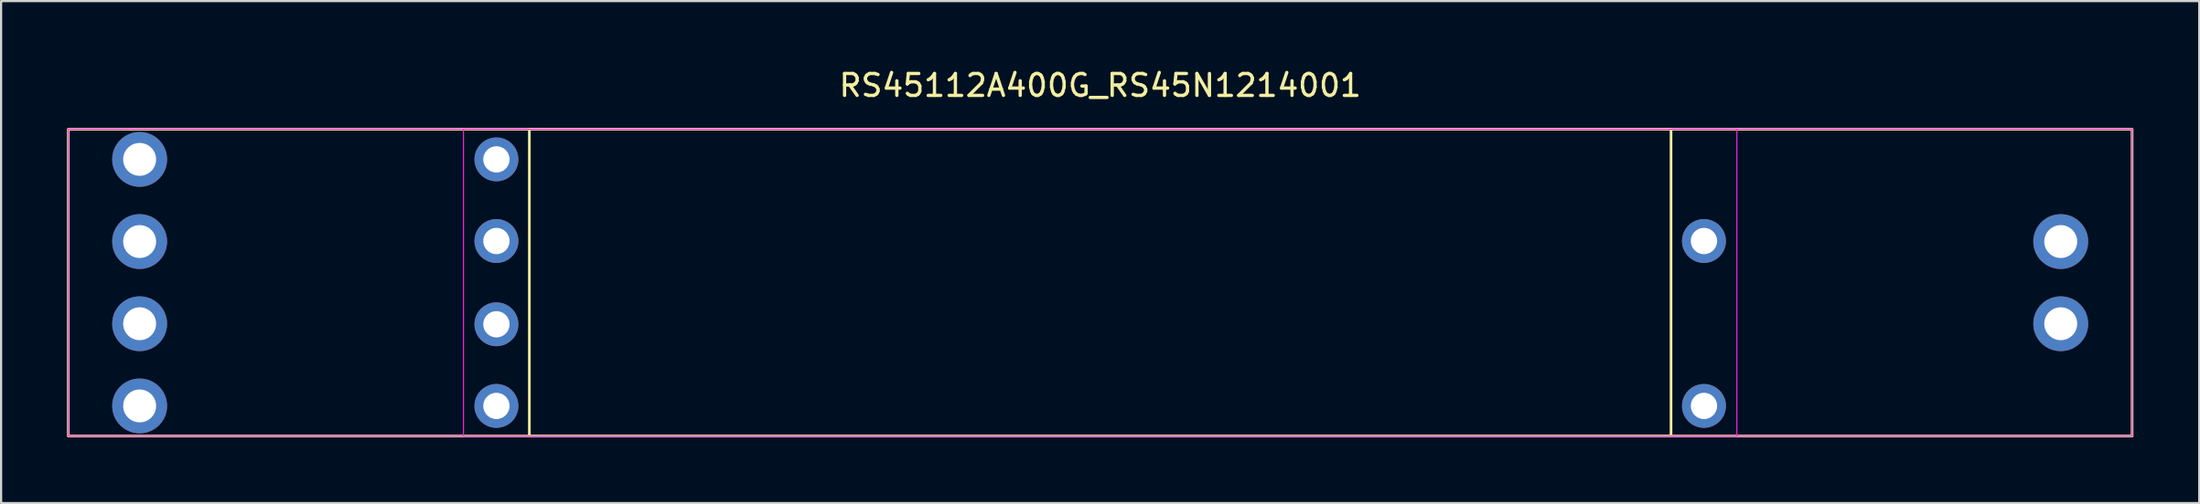
<source format=kicad_pcb>
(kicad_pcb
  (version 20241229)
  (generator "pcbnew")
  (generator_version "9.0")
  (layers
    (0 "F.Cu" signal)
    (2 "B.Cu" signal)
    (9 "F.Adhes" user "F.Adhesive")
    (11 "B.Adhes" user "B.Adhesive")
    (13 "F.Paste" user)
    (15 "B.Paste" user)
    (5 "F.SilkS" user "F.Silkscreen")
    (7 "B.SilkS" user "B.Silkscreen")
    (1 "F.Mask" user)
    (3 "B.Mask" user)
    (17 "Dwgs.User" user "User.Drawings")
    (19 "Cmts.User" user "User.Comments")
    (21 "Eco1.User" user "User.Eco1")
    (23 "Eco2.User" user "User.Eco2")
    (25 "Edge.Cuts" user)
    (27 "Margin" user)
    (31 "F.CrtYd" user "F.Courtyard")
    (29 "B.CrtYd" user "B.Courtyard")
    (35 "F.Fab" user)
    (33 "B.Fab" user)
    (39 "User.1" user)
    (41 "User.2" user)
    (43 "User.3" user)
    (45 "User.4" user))
  (footprint "RS45112A400G_RS45N1214001"
    (layer "F.Cu")
    (at 47.06 9.848)
    (property "Reference" "RS45112A400G_RS45N1214001" (at 0 -9 0) (layer "F.SilkS") (effects (font (size 1 1) (thickness 0.15))))
    (attr through_hole)
    (fp_rect (start -47 -7) (end 47 7) (stroke (width 0.12) (type solid)) (fill no) (layer "F.SilkS"))
    (fp_rect (start -26 -7) (end 26 7) (stroke (width 0.12) (type solid)) (fill no) (layer "F.SilkS"))
    (fp_rect (start -47 -7) (end 47 7) (stroke (width 0.05) (type solid)) (fill no) (layer "F.CrtYd"))
    (fp_rect (start -29 -7) (end 29 7) (stroke (width 0.05) (type solid)) (fill no) (layer "F.CrtYd"))
    (pad "1" thru_hole circle (at -43.75 -5.625) (size 2.5 2.5) (drill 1.5) (layers "*.Cu" "*.Mask"))
    (pad "1" thru_hole circle (at -27.5 -5.625) (size 2 2) (drill 1.2) (layers "*.Cu" "*.Mask"))
    (pad "2" thru_hole circle (at -43.75 -1.875) (size 2.5 2.5) (drill 1.5) (layers "*.Cu" "*.Mask"))
    (pad "2" thru_hole circle (at -27.5 -1.9) (size 2 2) (drill 1.2) (layers "*.Cu" "*.Mask"))
    (pad "3" thru_hole circle (at 27.5 -1.9) (size 2 2) (drill 1.2) (layers "*.Cu" "*.Mask"))
    (pad "3" thru_hole circle (at 43.75 -1.875) (size 2.5 2.5) (drill 1.5) (layers "*.Cu" "*.Mask"))
    (pad "4" thru_hole circle (at -43.75 1.875) (size 2.5 2.5) (drill 1.5) (layers "*.Cu" "*.Mask"))
    (pad "4" thru_hole circle (at -27.5 1.9) (size 2 2) (drill 1.2) (layers "*.Cu" "*.Mask"))
    (pad "5" thru_hole circle (at -43.75 5.625) (size 2.5 2.5) (drill 1.5) (layers "*.Cu" "*.Mask"))
    (pad "5" thru_hole circle (at -27.5 5.625) (size 2 2) (drill 1.2) (layers "*.Cu" "*.Mask"))
    (pad "6" thru_hole circle (at 27.5 5.625) (size 2 2) (drill 1.2) (layers "*.Cu" "*.Mask"))
    (pad "6" thru_hole circle (at 43.75 1.875) (size 2.5 2.5) (drill 1.5) (layers "*.Cu" "*.Mask")))
  (gr_rect
    (start -3 -3)
    (end 97.12 19.908)
    (stroke (width 0.1) (type default))
    (fill no)
    (layer "Edge.Cuts")))
</source>
